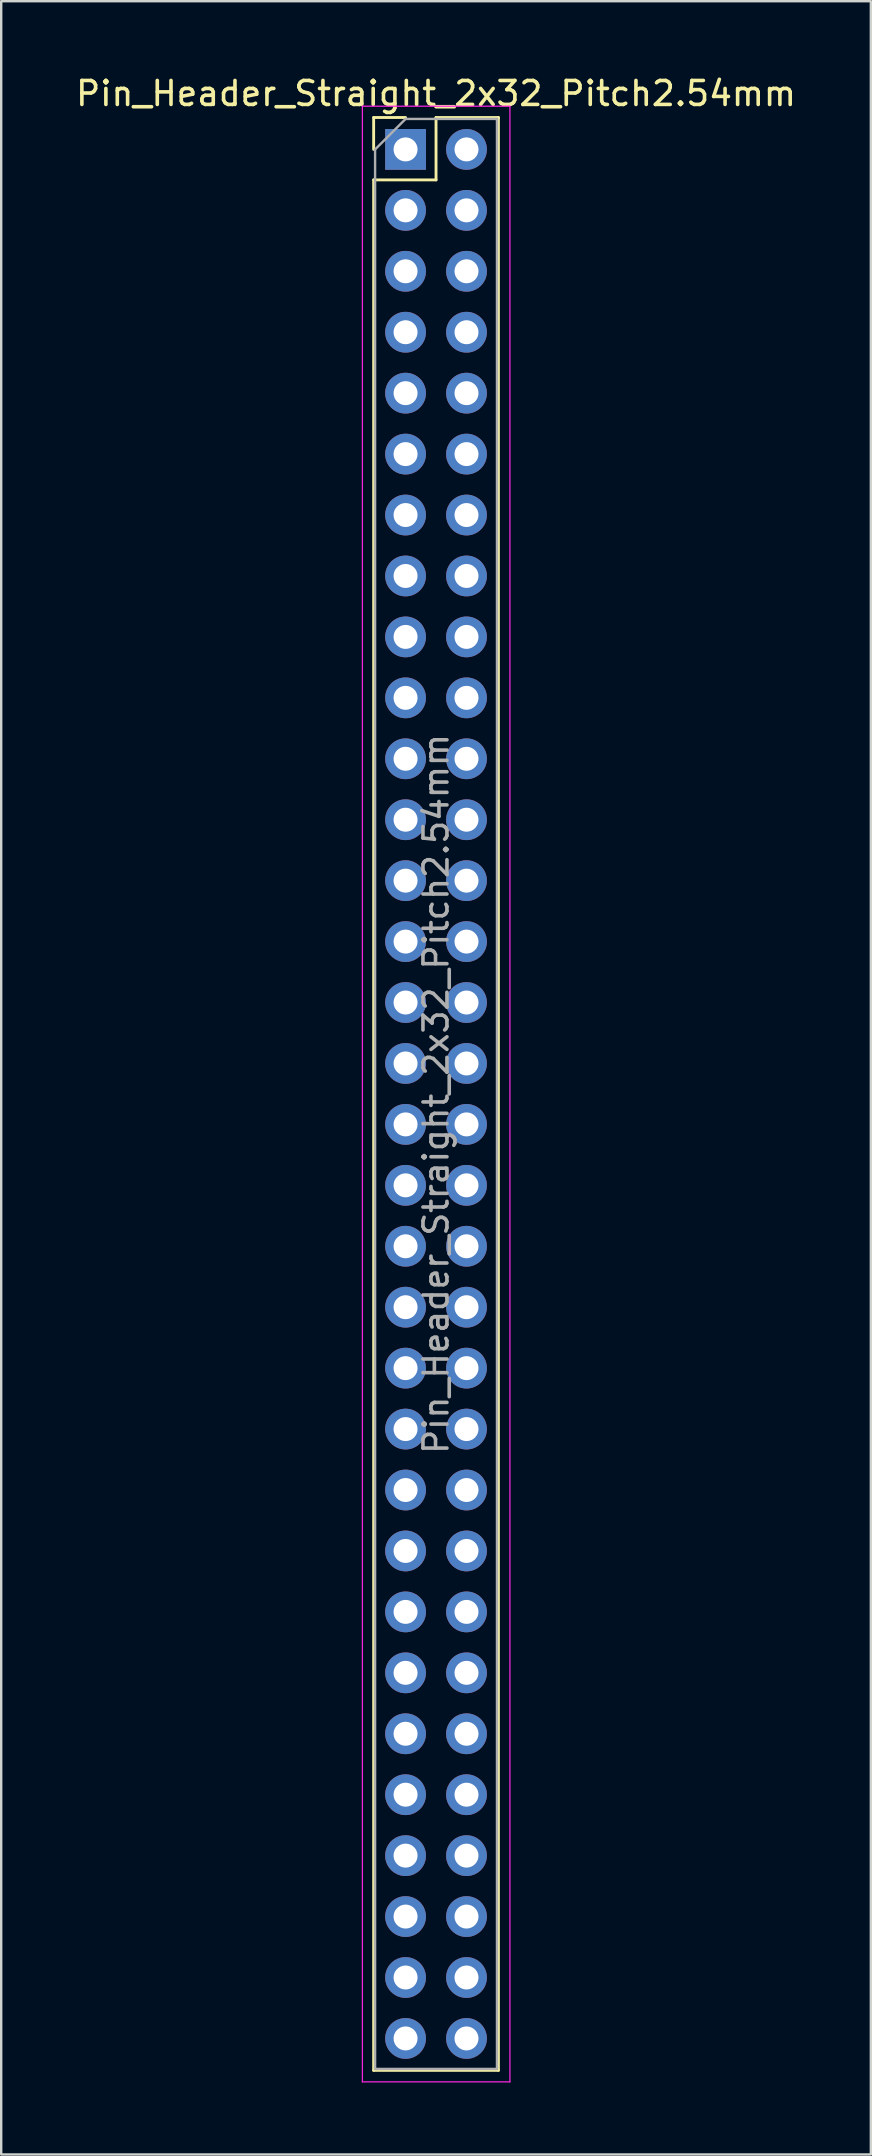
<source format=kicad_pcb>
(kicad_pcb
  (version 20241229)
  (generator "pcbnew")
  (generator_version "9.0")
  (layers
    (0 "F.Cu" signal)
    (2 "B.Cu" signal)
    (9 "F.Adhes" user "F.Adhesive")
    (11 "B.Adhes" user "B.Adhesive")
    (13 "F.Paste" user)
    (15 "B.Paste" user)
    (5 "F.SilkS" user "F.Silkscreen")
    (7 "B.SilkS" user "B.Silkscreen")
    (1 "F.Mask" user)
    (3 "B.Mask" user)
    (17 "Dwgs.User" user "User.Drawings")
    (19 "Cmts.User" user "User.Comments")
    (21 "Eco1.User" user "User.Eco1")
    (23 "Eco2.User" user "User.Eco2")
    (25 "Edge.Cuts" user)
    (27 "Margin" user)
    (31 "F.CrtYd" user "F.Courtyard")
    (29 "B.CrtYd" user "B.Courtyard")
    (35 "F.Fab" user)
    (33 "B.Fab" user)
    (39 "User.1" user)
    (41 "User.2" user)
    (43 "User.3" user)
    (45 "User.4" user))
  (footprint "Pin_Header_Straight_2x32_Pitch2.54mm"
    (layer "F.Cu")
    (at 13.855 3.178)
    (property "Reference" "Pin_Header_Straight_2x32_Pitch2.54mm" (at 1.27 -2.33 0) (layer "F.SilkS") (effects (font (size 1 1) (thickness 0.15))))
    (attr through_hole)
    (fp_line (start -1.33 -1.33) (end 0 -1.33) (stroke (width 0.12) (type solid)) (layer "F.SilkS"))
    (fp_line (start -1.33 0) (end -1.33 -1.33) (stroke (width 0.12) (type solid)) (layer "F.SilkS"))
    (fp_line (start -1.33 1.27) (end -1.33 80.07) (stroke (width 0.12) (type solid)) (layer "F.SilkS"))
    (fp_line (start -1.33 80.07) (end 3.87 80.07) (stroke (width 0.12) (type solid)) (layer "F.SilkS"))
    (fp_line (start 1.27 -1.33) (end 1.27 1.27) (stroke (width 0.12) (type solid)) (layer "F.SilkS"))
    (fp_line (start 1.27 1.27) (end -1.33 1.27) (stroke (width 0.12) (type solid)) (layer "F.SilkS"))
    (fp_line (start 3.87 -1.33) (end 1.27 -1.33) (stroke (width 0.12) (type solid)) (layer "F.SilkS"))
    (fp_line (start 3.87 80.07) (end 3.87 -1.33) (stroke (width 0.12) (type solid)) (layer "F.SilkS"))
    (fp_line (start -1.8 -1.8) (end -1.8 80.55) (stroke (width 0.05) (type solid)) (layer "F.CrtYd"))
    (fp_line (start -1.8 80.55) (end 4.35 80.55) (stroke (width 0.05) (type solid)) (layer "F.CrtYd"))
    (fp_line (start 4.35 -1.8) (end -1.8 -1.8) (stroke (width 0.05) (type solid)) (layer "F.CrtYd"))
    (fp_line (start 4.35 80.55) (end 4.35 -1.8) (stroke (width 0.05) (type solid)) (layer "F.CrtYd"))
    (fp_line (start -1.27 0) (end 0 -1.27) (stroke (width 0.1) (type solid)) (layer "F.Fab"))
    (fp_line (start -1.27 80.01) (end -1.27 0) (stroke (width 0.1) (type solid)) (layer "F.Fab"))
    (fp_line (start 0 -1.27) (end 3.81 -1.27) (stroke (width 0.1) (type solid)) (layer "F.Fab"))
    (fp_line (start 3.81 -1.27) (end 3.81 80.01) (stroke (width 0.1) (type solid)) (layer "F.Fab"))
    (fp_line (start 3.81 80.01) (end -1.27 80.01) (stroke (width 0.1) (type solid)) (layer "F.Fab"))
    (fp_text user "${REFERENCE}" (at 1.27 39.37 90) (layer "F.Fab") (effects (font (size 1 1) (thickness 0.15))))
    (pad "1" thru_hole rect (at 0 0) (size 1.7 1.7) (drill 1) (layers "*.Cu" "*.Mask"))
    (pad "2" thru_hole oval (at 2.54 0) (size 1.7 1.7) (drill 1) (layers "*.Cu" "*.Mask"))
    (pad "3" thru_hole oval (at 0 2.54) (size 1.7 1.7) (drill 1) (layers "*.Cu" "*.Mask"))
    (pad "4" thru_hole oval (at 2.54 2.54) (size 1.7 1.7) (drill 1) (layers "*.Cu" "*.Mask"))
    (pad "5" thru_hole oval (at 0 5.08) (size 1.7 1.7) (drill 1) (layers "*.Cu" "*.Mask"))
    (pad "6" thru_hole oval (at 2.54 5.08) (size 1.7 1.7) (drill 1) (layers "*.Cu" "*.Mask"))
    (pad "7" thru_hole oval (at 0 7.62) (size 1.7 1.7) (drill 1) (layers "*.Cu" "*.Mask"))
    (pad "8" thru_hole oval (at 2.54 7.62) (size 1.7 1.7) (drill 1) (layers "*.Cu" "*.Mask"))
    (pad "9" thru_hole oval (at 0 10.16) (size 1.7 1.7) (drill 1) (layers "*.Cu" "*.Mask"))
    (pad "10" thru_hole oval (at 2.54 10.16) (size 1.7 1.7) (drill 1) (layers "*.Cu" "*.Mask"))
    (pad "11" thru_hole oval (at 0 12.7) (size 1.7 1.7) (drill 1) (layers "*.Cu" "*.Mask"))
    (pad "12" thru_hole oval (at 2.54 12.7) (size 1.7 1.7) (drill 1) (layers "*.Cu" "*.Mask"))
    (pad "13" thru_hole oval (at 0 15.24) (size 1.7 1.7) (drill 1) (layers "*.Cu" "*.Mask"))
    (pad "14" thru_hole oval (at 2.54 15.24) (size 1.7 1.7) (drill 1) (layers "*.Cu" "*.Mask"))
    (pad "15" thru_hole oval (at 0 17.78) (size 1.7 1.7) (drill 1) (layers "*.Cu" "*.Mask"))
    (pad "16" thru_hole oval (at 2.54 17.78) (size 1.7 1.7) (drill 1) (layers "*.Cu" "*.Mask"))
    (pad "17" thru_hole oval (at 0 20.32) (size 1.7 1.7) (drill 1) (layers "*.Cu" "*.Mask"))
    (pad "18" thru_hole oval (at 2.54 20.32) (size 1.7 1.7) (drill 1) (layers "*.Cu" "*.Mask"))
    (pad "19" thru_hole oval (at 0 22.86) (size 1.7 1.7) (drill 1) (layers "*.Cu" "*.Mask"))
    (pad "20" thru_hole oval (at 2.54 22.86) (size 1.7 1.7) (drill 1) (layers "*.Cu" "*.Mask"))
    (pad "21" thru_hole oval (at 0 25.4) (size 1.7 1.7) (drill 1) (layers "*.Cu" "*.Mask"))
    (pad "22" thru_hole oval (at 2.54 25.4) (size 1.7 1.7) (drill 1) (layers "*.Cu" "*.Mask"))
    (pad "23" thru_hole oval (at 0 27.94) (size 1.7 1.7) (drill 1) (layers "*.Cu" "*.Mask"))
    (pad "24" thru_hole oval (at 2.54 27.94) (size 1.7 1.7) (drill 1) (layers "*.Cu" "*.Mask"))
    (pad "25" thru_hole oval (at 0 30.48) (size 1.7 1.7) (drill 1) (layers "*.Cu" "*.Mask"))
    (pad "26" thru_hole oval (at 2.54 30.48) (size 1.7 1.7) (drill 1) (layers "*.Cu" "*.Mask"))
    (pad "27" thru_hole oval (at 0 33.02) (size 1.7 1.7) (drill 1) (layers "*.Cu" "*.Mask"))
    (pad "28" thru_hole oval (at 2.54 33.02) (size 1.7 1.7) (drill 1) (layers "*.Cu" "*.Mask"))
    (pad "29" thru_hole oval (at 0 35.56) (size 1.7 1.7) (drill 1) (layers "*.Cu" "*.Mask"))
    (pad "30" thru_hole oval (at 2.54 35.56) (size 1.7 1.7) (drill 1) (layers "*.Cu" "*.Mask"))
    (pad "31" thru_hole oval (at 0 38.1) (size 1.7 1.7) (drill 1) (layers "*.Cu" "*.Mask"))
    (pad "32" thru_hole oval (at 2.54 38.1) (size 1.7 1.7) (drill 1) (layers "*.Cu" "*.Mask"))
    (pad "33" thru_hole oval (at 0 40.64) (size 1.7 1.7) (drill 1) (layers "*.Cu" "*.Mask"))
    (pad "34" thru_hole oval (at 2.54 40.64) (size 1.7 1.7) (drill 1) (layers "*.Cu" "*.Mask"))
    (pad "35" thru_hole oval (at 0 43.18) (size 1.7 1.7) (drill 1) (layers "*.Cu" "*.Mask"))
    (pad "36" thru_hole oval (at 2.54 43.18) (size 1.7 1.7) (drill 1) (layers "*.Cu" "*.Mask"))
    (pad "37" thru_hole oval (at 0 45.72) (size 1.7 1.7) (drill 1) (layers "*.Cu" "*.Mask"))
    (pad "38" thru_hole oval (at 2.54 45.72) (size 1.7 1.7) (drill 1) (layers "*.Cu" "*.Mask"))
    (pad "39" thru_hole oval (at 0 48.26) (size 1.7 1.7) (drill 1) (layers "*.Cu" "*.Mask"))
    (pad "40" thru_hole oval (at 2.54 48.26) (size 1.7 1.7) (drill 1) (layers "*.Cu" "*.Mask"))
    (pad "41" thru_hole oval (at 0 50.8) (size 1.7 1.7) (drill 1) (layers "*.Cu" "*.Mask"))
    (pad "42" thru_hole oval (at 2.54 50.8) (size 1.7 1.7) (drill 1) (layers "*.Cu" "*.Mask"))
    (pad "43" thru_hole oval (at 0 53.34) (size 1.7 1.7) (drill 1) (layers "*.Cu" "*.Mask"))
    (pad "44" thru_hole oval (at 2.54 53.34) (size 1.7 1.7) (drill 1) (layers "*.Cu" "*.Mask"))
    (pad "45" thru_hole oval (at 0 55.88) (size 1.7 1.7) (drill 1) (layers "*.Cu" "*.Mask"))
    (pad "46" thru_hole oval (at 2.54 55.88) (size 1.7 1.7) (drill 1) (layers "*.Cu" "*.Mask"))
    (pad "47" thru_hole oval (at 0 58.42) (size 1.7 1.7) (drill 1) (layers "*.Cu" "*.Mask"))
    (pad "48" thru_hole oval (at 2.54 58.42) (size 1.7 1.7) (drill 1) (layers "*.Cu" "*.Mask"))
    (pad "49" thru_hole oval (at 0 60.96) (size 1.7 1.7) (drill 1) (layers "*.Cu" "*.Mask"))
    (pad "50" thru_hole oval (at 2.54 60.96) (size 1.7 1.7) (drill 1) (layers "*.Cu" "*.Mask"))
    (pad "51" thru_hole oval (at 0 63.5) (size 1.7 1.7) (drill 1) (layers "*.Cu" "*.Mask"))
    (pad "52" thru_hole oval (at 2.54 63.5) (size 1.7 1.7) (drill 1) (layers "*.Cu" "*.Mask"))
    (pad "53" thru_hole oval (at 0 66.04) (size 1.7 1.7) (drill 1) (layers "*.Cu" "*.Mask"))
    (pad "54" thru_hole oval (at 2.54 66.04) (size 1.7 1.7) (drill 1) (layers "*.Cu" "*.Mask"))
    (pad "55" thru_hole oval (at 0 68.58) (size 1.7 1.7) (drill 1) (layers "*.Cu" "*.Mask"))
    (pad "56" thru_hole oval (at 2.54 68.58) (size 1.7 1.7) (drill 1) (layers "*.Cu" "*.Mask"))
    (pad "57" thru_hole oval (at 0 71.12) (size 1.7 1.7) (drill 1) (layers "*.Cu" "*.Mask"))
    (pad "58" thru_hole oval (at 2.54 71.12) (size 1.7 1.7) (drill 1) (layers "*.Cu" "*.Mask"))
    (pad "59" thru_hole oval (at 0 73.66) (size 1.7 1.7) (drill 1) (layers "*.Cu" "*.Mask"))
    (pad "60" thru_hole oval (at 2.54 73.66) (size 1.7 1.7) (drill 1) (layers "*.Cu" "*.Mask"))
    (pad "61" thru_hole oval (at 0 76.2) (size 1.7 1.7) (drill 1) (layers "*.Cu" "*.Mask"))
    (pad "62" thru_hole oval (at 2.54 76.2) (size 1.7 1.7) (drill 1) (layers "*.Cu" "*.Mask"))
    (pad "63" thru_hole oval (at 0 78.74) (size 1.7 1.7) (drill 1) (layers "*.Cu" "*.Mask"))
    (pad "64" thru_hole oval (at 2.54 78.74) (size 1.7 1.7) (drill 1) (layers "*.Cu" "*.Mask")))
  (gr_rect
    (start -3 -3)
    (end 33.25 86.753)
    (stroke (width 0.1) (type default))
    (fill no)
    (layer "Edge.Cuts")))
</source>
